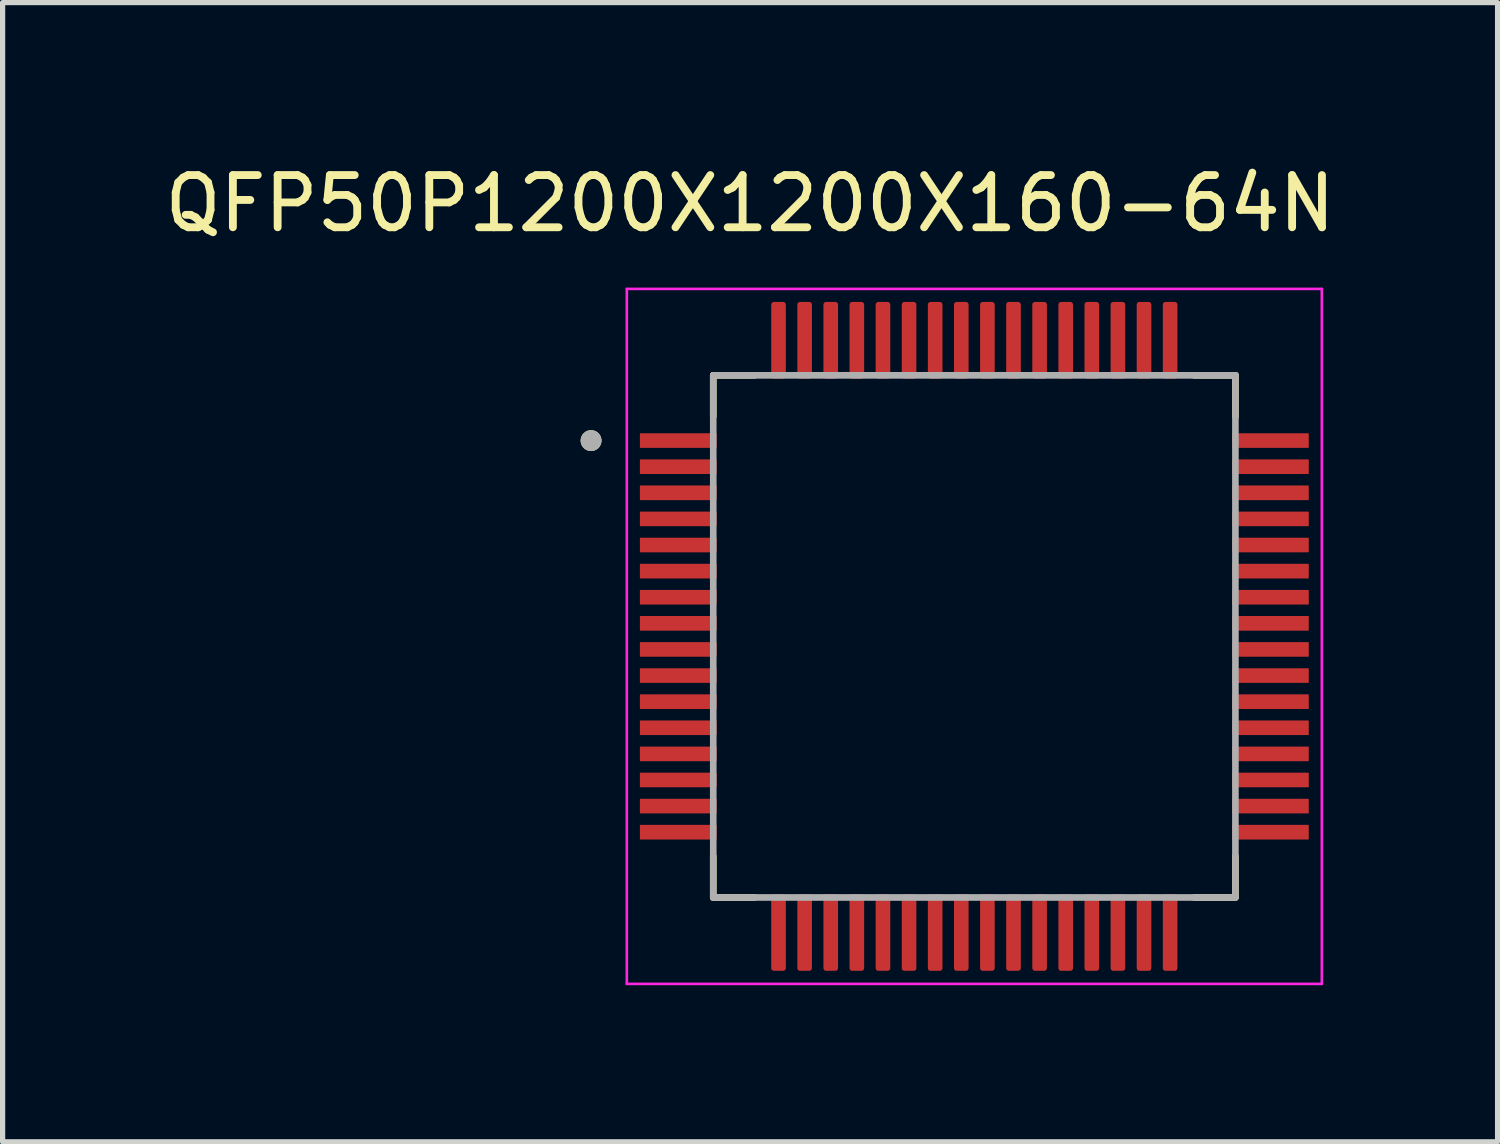
<source format=kicad_pcb>
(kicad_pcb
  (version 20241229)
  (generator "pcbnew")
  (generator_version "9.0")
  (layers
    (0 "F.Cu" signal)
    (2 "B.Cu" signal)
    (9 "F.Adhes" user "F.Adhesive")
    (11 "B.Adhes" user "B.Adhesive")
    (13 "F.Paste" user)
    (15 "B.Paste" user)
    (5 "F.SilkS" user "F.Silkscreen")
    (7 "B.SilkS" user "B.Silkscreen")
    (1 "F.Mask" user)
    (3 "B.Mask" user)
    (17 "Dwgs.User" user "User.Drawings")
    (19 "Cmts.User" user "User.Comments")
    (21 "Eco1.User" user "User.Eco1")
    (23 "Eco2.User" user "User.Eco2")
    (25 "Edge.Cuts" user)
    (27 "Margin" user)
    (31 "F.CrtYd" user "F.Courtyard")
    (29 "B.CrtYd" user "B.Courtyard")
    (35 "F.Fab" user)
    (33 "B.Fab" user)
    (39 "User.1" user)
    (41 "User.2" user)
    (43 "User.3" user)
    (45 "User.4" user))
  (footprint "QFP50P1200X1200X160-64N"
    (layer "F.Cu")
    (at 15.61 9.138)
    (property "Reference" "QFP50P1200X1200X160-64N" (at -4.295 -8.29 0) (layer "F.SilkS") (effects (font (size 1 1) (thickness 0.15))))
    (attr smd)
    (fp_line (start -5 -5) (end -5 -4.21) (stroke (width 0.127) (type solid)) (layer "F.SilkS"))
    (fp_line (start -5 -5) (end -4.21 -5) (stroke (width 0.127) (type solid)) (layer "F.SilkS"))
    (fp_line (start -5 5) (end -5 4.21) (stroke (width 0.127) (type solid)) (layer "F.SilkS"))
    (fp_line (start -5 5) (end -4.21 5) (stroke (width 0.127) (type solid)) (layer "F.SilkS"))
    (fp_line (start 5 -5) (end 4.21 -5) (stroke (width 0.127) (type solid)) (layer "F.SilkS"))
    (fp_line (start 5 -5) (end 5 -4.21) (stroke (width 0.127) (type solid)) (layer "F.SilkS"))
    (fp_line (start 5 5) (end 4.21 5) (stroke (width 0.127) (type solid)) (layer "F.SilkS"))
    (fp_line (start 5 5) (end 5 4.21) (stroke (width 0.127) (type solid)) (layer "F.SilkS"))
    (fp_circle (center -7.34 -3.75) (end -7.24 -3.75) (stroke (width 0.2) (type solid)) (fill no) (layer "F.SilkS"))
    (fp_line (start -6.655 -6.655) (end 6.655 -6.655) (stroke (width 0.05) (type solid)) (layer "F.CrtYd"))
    (fp_line (start -6.655 6.655) (end -6.655 -6.655) (stroke (width 0.05) (type solid)) (layer "F.CrtYd"))
    (fp_line (start -6.655 6.655) (end 6.655 6.655) (stroke (width 0.05) (type solid)) (layer "F.CrtYd"))
    (fp_line (start 6.655 6.655) (end 6.655 -6.655) (stroke (width 0.05) (type solid)) (layer "F.CrtYd"))
    (fp_line (start -5 5) (end -5 -5) (stroke (width 0.127) (type solid)) (layer "F.Fab"))
    (fp_line (start 5 -5) (end -5 -5) (stroke (width 0.127) (type solid)) (layer "F.Fab"))
    (fp_line (start 5 5) (end -5 5) (stroke (width 0.127) (type solid)) (layer "F.Fab"))
    (fp_line (start 5 5) (end 5 -5) (stroke (width 0.127) (type solid)) (layer "F.Fab"))
    (fp_circle (center -7.34 -3.75) (end -7.24 -3.75) (stroke (width 0.2) (type solid)) (fill no) (layer "F.Fab"))
    (pad "1" smd roundrect (at -5.67 -3.75) (size 1.47 0.28) (layers "F.Cu" "F.Mask" "F.Paste") (roundrect_rratio 0.04))
    (pad "2" smd roundrect (at -5.67 -3.25) (size 1.47 0.28) (layers "F.Cu" "F.Mask" "F.Paste") (roundrect_rratio 0.04))
    (pad "3" smd roundrect (at -5.67 -2.75) (size 1.47 0.28) (layers "F.Cu" "F.Mask" "F.Paste") (roundrect_rratio 0.04))
    (pad "4" smd roundrect (at -5.67 -2.25) (size 1.47 0.28) (layers "F.Cu" "F.Mask" "F.Paste") (roundrect_rratio 0.04))
    (pad "5" smd roundrect (at -5.67 -1.75) (size 1.47 0.28) (layers "F.Cu" "F.Mask" "F.Paste") (roundrect_rratio 0.04))
    (pad "6" smd roundrect (at -5.67 -1.25) (size 1.47 0.28) (layers "F.Cu" "F.Mask" "F.Paste") (roundrect_rratio 0.04))
    (pad "7" smd roundrect (at -5.67 -0.75) (size 1.47 0.28) (layers "F.Cu" "F.Mask" "F.Paste") (roundrect_rratio 0.04))
    (pad "8" smd roundrect (at -5.67 -0.25) (size 1.47 0.28) (layers "F.Cu" "F.Mask" "F.Paste") (roundrect_rratio 0.04))
    (pad "9" smd roundrect (at -5.67 0.25) (size 1.47 0.28) (layers "F.Cu" "F.Mask" "F.Paste") (roundrect_rratio 0.04))
    (pad "10" smd roundrect (at -5.67 0.75) (size 1.47 0.28) (layers "F.Cu" "F.Mask" "F.Paste") (roundrect_rratio 0.04))
    (pad "11" smd roundrect (at -5.67 1.25) (size 1.47 0.28) (layers "F.Cu" "F.Mask" "F.Paste") (roundrect_rratio 0.04))
    (pad "12" smd roundrect (at -5.67 1.75) (size 1.47 0.28) (layers "F.Cu" "F.Mask" "F.Paste") (roundrect_rratio 0.04))
    (pad "13" smd roundrect (at -5.67 2.25) (size 1.47 0.28) (layers "F.Cu" "F.Mask" "F.Paste") (roundrect_rratio 0.04))
    (pad "14" smd roundrect (at -5.67 2.75) (size 1.47 0.28) (layers "F.Cu" "F.Mask" "F.Paste") (roundrect_rratio 0.04))
    (pad "15" smd roundrect (at -5.67 3.25) (size 1.47 0.28) (layers "F.Cu" "F.Mask" "F.Paste") (roundrect_rratio 0.04))
    (pad "16" smd roundrect (at -5.67 3.75) (size 1.47 0.28) (layers "F.Cu" "F.Mask" "F.Paste") (roundrect_rratio 0.04))
    (pad "17" smd roundrect (at -3.75 5.67) (size 0.28 1.47) (layers "F.Cu" "F.Mask" "F.Paste") (roundrect_rratio 0.18))
    (pad "18" smd roundrect (at -3.25 5.67) (size 0.28 1.47) (layers "F.Cu" "F.Mask" "F.Paste") (roundrect_rratio 0.18))
    (pad "19" smd roundrect (at -2.75 5.67) (size 0.28 1.47) (layers "F.Cu" "F.Mask" "F.Paste") (roundrect_rratio 0.18))
    (pad "20" smd roundrect (at -2.25 5.67) (size 0.28 1.47) (layers "F.Cu" "F.Mask" "F.Paste") (roundrect_rratio 0.18))
    (pad "21" smd roundrect (at -1.75 5.67) (size 0.28 1.47) (layers "F.Cu" "F.Mask" "F.Paste") (roundrect_rratio 0.18))
    (pad "22" smd roundrect (at -1.25 5.67) (size 0.28 1.47) (layers "F.Cu" "F.Mask" "F.Paste") (roundrect_rratio 0.18))
    (pad "23" smd roundrect (at -0.75 5.67) (size 0.28 1.47) (layers "F.Cu" "F.Mask" "F.Paste") (roundrect_rratio 0.18))
    (pad "24" smd roundrect (at -0.25 5.67) (size 0.28 1.47) (layers "F.Cu" "F.Mask" "F.Paste") (roundrect_rratio 0.18))
    (pad "25" smd roundrect (at 0.25 5.67) (size 0.28 1.47) (layers "F.Cu" "F.Mask" "F.Paste") (roundrect_rratio 0.18))
    (pad "26" smd roundrect (at 0.75 5.67) (size 0.28 1.47) (layers "F.Cu" "F.Mask" "F.Paste") (roundrect_rratio 0.18))
    (pad "27" smd roundrect (at 1.25 5.67) (size 0.28 1.47) (layers "F.Cu" "F.Mask" "F.Paste") (roundrect_rratio 0.18))
    (pad "28" smd roundrect (at 1.75 5.67) (size 0.28 1.47) (layers "F.Cu" "F.Mask" "F.Paste") (roundrect_rratio 0.18))
    (pad "29" smd roundrect (at 2.25 5.67) (size 0.28 1.47) (layers "F.Cu" "F.Mask" "F.Paste") (roundrect_rratio 0.18))
    (pad "30" smd roundrect (at 2.75 5.67) (size 0.28 1.47) (layers "F.Cu" "F.Mask" "F.Paste") (roundrect_rratio 0.18))
    (pad "31" smd roundrect (at 3.25 5.67) (size 0.28 1.47) (layers "F.Cu" "F.Mask" "F.Paste") (roundrect_rratio 0.18))
    (pad "32" smd roundrect (at 3.75 5.67) (size 0.28 1.47) (layers "F.Cu" "F.Mask" "F.Paste") (roundrect_rratio 0.18))
    (pad "33" smd roundrect (at 5.67 3.75) (size 1.47 0.28) (layers "F.Cu" "F.Mask" "F.Paste") (roundrect_rratio 0.04))
    (pad "34" smd roundrect (at 5.67 3.25) (size 1.47 0.28) (layers "F.Cu" "F.Mask" "F.Paste") (roundrect_rratio 0.04))
    (pad "35" smd roundrect (at 5.67 2.75) (size 1.47 0.28) (layers "F.Cu" "F.Mask" "F.Paste") (roundrect_rratio 0.04))
    (pad "36" smd roundrect (at 5.67 2.25) (size 1.47 0.28) (layers "F.Cu" "F.Mask" "F.Paste") (roundrect_rratio 0.04))
    (pad "37" smd roundrect (at 5.67 1.75) (size 1.47 0.28) (layers "F.Cu" "F.Mask" "F.Paste") (roundrect_rratio 0.04))
    (pad "38" smd roundrect (at 5.67 1.25) (size 1.47 0.28) (layers "F.Cu" "F.Mask" "F.Paste") (roundrect_rratio 0.04))
    (pad "39" smd roundrect (at 5.67 0.75) (size 1.47 0.28) (layers "F.Cu" "F.Mask" "F.Paste") (roundrect_rratio 0.04))
    (pad "40" smd roundrect (at 5.67 0.25) (size 1.47 0.28) (layers "F.Cu" "F.Mask" "F.Paste") (roundrect_rratio 0.04))
    (pad "41" smd roundrect (at 5.67 -0.25) (size 1.47 0.28) (layers "F.Cu" "F.Mask" "F.Paste") (roundrect_rratio 0.04))
    (pad "42" smd roundrect (at 5.67 -0.75) (size 1.47 0.28) (layers "F.Cu" "F.Mask" "F.Paste") (roundrect_rratio 0.04))
    (pad "43" smd roundrect (at 5.67 -1.25) (size 1.47 0.28) (layers "F.Cu" "F.Mask" "F.Paste") (roundrect_rratio 0.04))
    (pad "44" smd roundrect (at 5.67 -1.75) (size 1.47 0.28) (layers "F.Cu" "F.Mask" "F.Paste") (roundrect_rratio 0.04))
    (pad "45" smd roundrect (at 5.67 -2.25) (size 1.47 0.28) (layers "F.Cu" "F.Mask" "F.Paste") (roundrect_rratio 0.04))
    (pad "46" smd roundrect (at 5.67 -2.75) (size 1.47 0.28) (layers "F.Cu" "F.Mask" "F.Paste") (roundrect_rratio 0.04))
    (pad "47" smd roundrect (at 5.67 -3.25) (size 1.47 0.28) (layers "F.Cu" "F.Mask" "F.Paste") (roundrect_rratio 0.04))
    (pad "48" smd roundrect (at 5.67 -3.75) (size 1.47 0.28) (layers "F.Cu" "F.Mask" "F.Paste") (roundrect_rratio 0.04))
    (pad "49" smd roundrect (at 3.75 -5.67) (size 0.28 1.47) (layers "F.Cu" "F.Mask" "F.Paste") (roundrect_rratio 0.18))
    (pad "50" smd roundrect (at 3.25 -5.67) (size 0.28 1.47) (layers "F.Cu" "F.Mask" "F.Paste") (roundrect_rratio 0.18))
    (pad "51" smd roundrect (at 2.75 -5.67) (size 0.28 1.47) (layers "F.Cu" "F.Mask" "F.Paste") (roundrect_rratio 0.18))
    (pad "52" smd roundrect (at 2.25 -5.67) (size 0.28 1.47) (layers "F.Cu" "F.Mask" "F.Paste") (roundrect_rratio 0.18))
    (pad "53" smd roundrect (at 1.75 -5.67) (size 0.28 1.47) (layers "F.Cu" "F.Mask" "F.Paste") (roundrect_rratio 0.18))
    (pad "54" smd roundrect (at 1.25 -5.67) (size 0.28 1.47) (layers "F.Cu" "F.Mask" "F.Paste") (roundrect_rratio 0.18))
    (pad "55" smd roundrect (at 0.75 -5.67) (size 0.28 1.47) (layers "F.Cu" "F.Mask" "F.Paste") (roundrect_rratio 0.18))
    (pad "56" smd roundrect (at 0.25 -5.67) (size 0.28 1.47) (layers "F.Cu" "F.Mask" "F.Paste") (roundrect_rratio 0.18))
    (pad "57" smd roundrect (at -0.25 -5.67) (size 0.28 1.47) (layers "F.Cu" "F.Mask" "F.Paste") (roundrect_rratio 0.18))
    (pad "58" smd roundrect (at -0.75 -5.67) (size 0.28 1.47) (layers "F.Cu" "F.Mask" "F.Paste") (roundrect_rratio 0.18))
    (pad "59" smd roundrect (at -1.25 -5.67) (size 0.28 1.47) (layers "F.Cu" "F.Mask" "F.Paste") (roundrect_rratio 0.18))
    (pad "60" smd roundrect (at -1.75 -5.67) (size 0.28 1.47) (layers "F.Cu" "F.Mask" "F.Paste") (roundrect_rratio 0.18))
    (pad "61" smd roundrect (at -2.25 -5.67) (size 0.28 1.47) (layers "F.Cu" "F.Mask" "F.Paste") (roundrect_rratio 0.18))
    (pad "62" smd roundrect (at -2.75 -5.67) (size 0.28 1.47) (layers "F.Cu" "F.Mask" "F.Paste") (roundrect_rratio 0.18))
    (pad "63" smd roundrect (at -3.25 -5.67) (size 0.28 1.47) (layers "F.Cu" "F.Mask" "F.Paste") (roundrect_rratio 0.18))
    (pad "64" smd roundrect (at -3.75 -5.67) (size 0.28 1.47) (layers "F.Cu" "F.Mask" "F.Paste") (roundrect_rratio 0.18)))
  (gr_rect
    (start -3 -3)
    (end 25.631 18.818)
    (stroke (width 0.1) (type default))
    (fill no)
    (layer "Edge.Cuts")))
</source>
